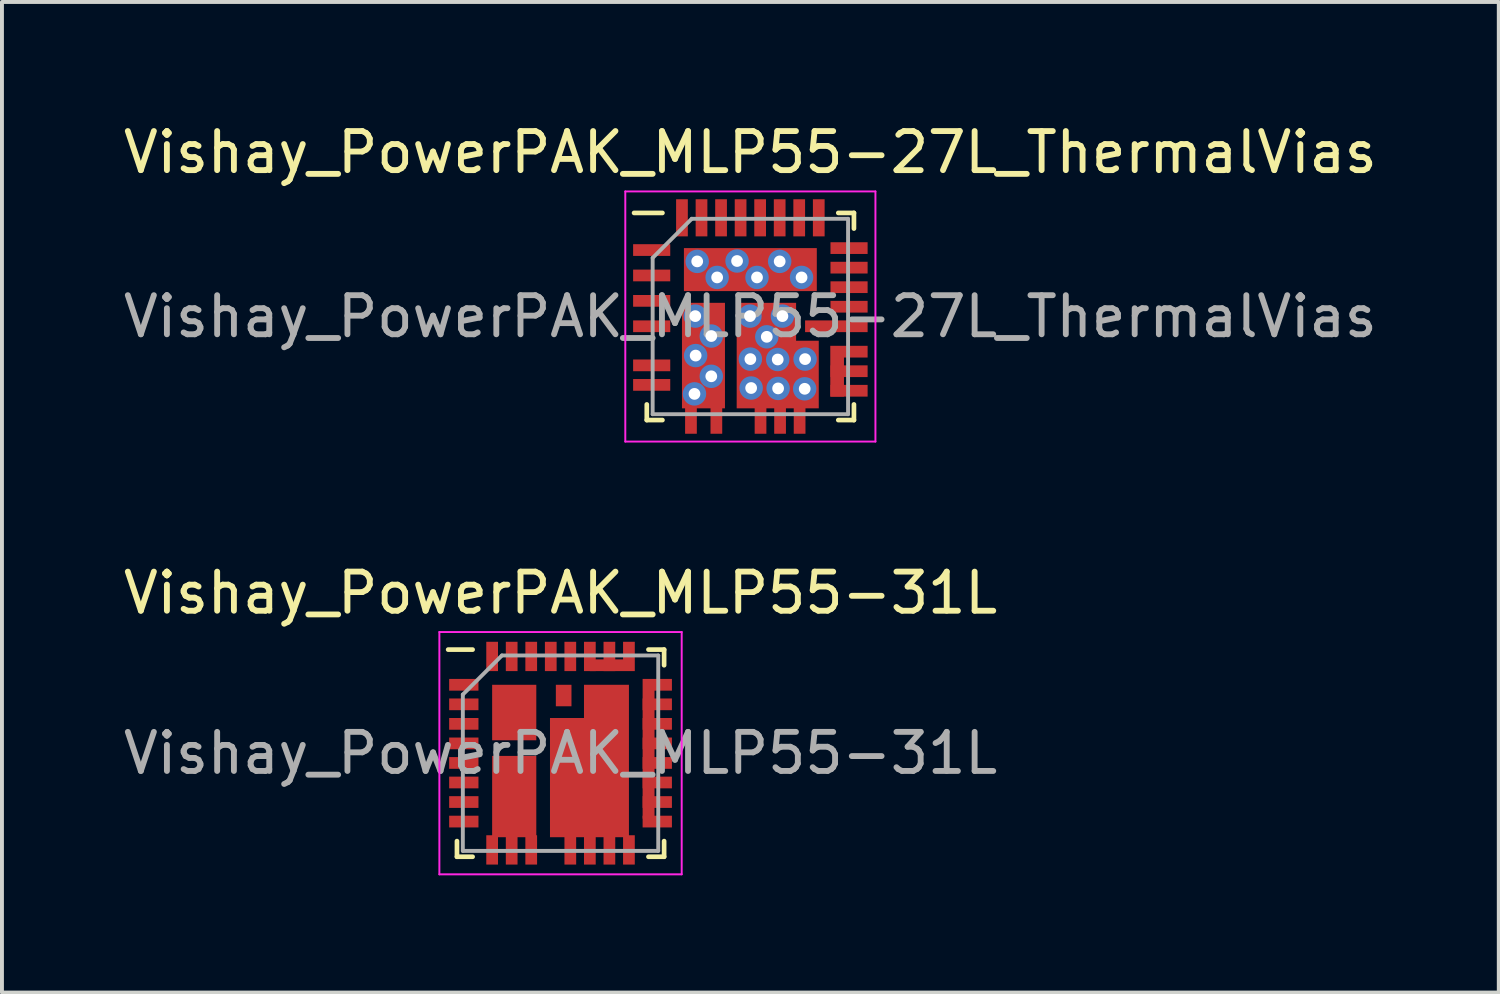
<source format=kicad_pcb>
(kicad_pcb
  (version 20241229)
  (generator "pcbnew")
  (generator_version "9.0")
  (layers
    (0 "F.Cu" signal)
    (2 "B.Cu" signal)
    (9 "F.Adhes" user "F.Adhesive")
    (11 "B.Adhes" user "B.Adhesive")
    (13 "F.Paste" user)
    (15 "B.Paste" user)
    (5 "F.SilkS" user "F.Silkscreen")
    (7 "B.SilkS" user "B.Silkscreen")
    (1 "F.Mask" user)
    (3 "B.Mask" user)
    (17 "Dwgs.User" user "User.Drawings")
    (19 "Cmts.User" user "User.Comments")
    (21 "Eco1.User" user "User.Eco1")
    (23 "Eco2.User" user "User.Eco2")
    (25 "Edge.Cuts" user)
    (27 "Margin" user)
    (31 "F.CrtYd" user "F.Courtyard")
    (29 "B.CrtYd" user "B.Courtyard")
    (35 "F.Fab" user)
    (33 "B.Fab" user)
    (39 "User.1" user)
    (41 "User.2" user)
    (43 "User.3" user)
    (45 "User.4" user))
  (footprint "Vishay_PowerPAK_MLP55-31L"
    (layer "F.Cu")
    (at 11.292 16.221)
    (property "Reference" "Vishay_PowerPAK_MLP55-31L" (at 0 -4.1 0) (layer "F.SilkS") (effects (font (size 1 1) (thickness 0.15))))
    (attr smd)
    (fp_line (start -2.65 2.65) (end -2.65 2.25) (stroke (width 0.12) (type solid)) (layer "F.SilkS"))
    (fp_line (start -2.25 -2.65) (end -2.875 -2.65) (stroke (width 0.12) (type solid)) (layer "F.SilkS"))
    (fp_line (start -2.25 2.65) (end -2.65 2.65) (stroke (width 0.12) (type solid)) (layer "F.SilkS"))
    (fp_line (start 2.25 -2.65) (end 2.65 -2.65) (stroke (width 0.12) (type solid)) (layer "F.SilkS"))
    (fp_line (start 2.25 2.65) (end 2.65 2.65) (stroke (width 0.12) (type solid)) (layer "F.SilkS"))
    (fp_line (start 2.65 -2.65) (end 2.65 -2.25) (stroke (width 0.12) (type solid)) (layer "F.SilkS"))
    (fp_line (start 2.65 2.65) (end 2.65 2.25) (stroke (width 0.12) (type solid)) (layer "F.SilkS"))
    (fp_line (start -3.1 -3.1) (end 3.1 -3.1) (stroke (width 0.05) (type solid)) (layer "F.CrtYd"))
    (fp_line (start -3.1 3.1) (end -3.1 -3.1) (stroke (width 0.05) (type solid)) (layer "F.CrtYd"))
    (fp_line (start 3.1 -3.1) (end 3.1 3.1) (stroke (width 0.05) (type solid)) (layer "F.CrtYd"))
    (fp_line (start 3.1 3.1) (end -3.1 3.1) (stroke (width 0.05) (type solid)) (layer "F.CrtYd"))
    (fp_line (start -2.5 -1.5) (end -2.5 2.5) (stroke (width 0.1) (type solid)) (layer "F.Fab"))
    (fp_line (start -2.5 2.5) (end 2.5 2.5) (stroke (width 0.1) (type solid)) (layer "F.Fab"))
    (fp_line (start -1.5 -2.5) (end -2.5 -1.5) (stroke (width 0.1) (type solid)) (layer "F.Fab"))
    (fp_line (start 2.5 -2.5) (end -1.5 -2.5) (stroke (width 0.1) (type solid)) (layer "F.Fab"))
    (fp_line (start 2.5 2.5) (end 2.5 -2.5) (stroke (width 0.1) (type solid)) (layer "F.Fab"))
    (fp_text user "${REFERENCE}" (at 0 0 0) (layer "F.Fab") (effects (font (size 1 1) (thickness 0.15))))
    (pad "1" smd rect (at -2.475 -1.75 90) (size 0.3 0.75) (layers "F.Cu" "F.Mask" "F.Paste"))
    (pad "2" smd rect (at -2.475 -1.25 90) (size 0.3 0.75) (layers "F.Cu" "F.Mask" "F.Paste"))
    (pad "3" smd rect (at -2.475 -0.75 90) (size 0.3 0.75) (layers "F.Cu" "F.Mask" "F.Paste"))
    (pad "4" smd rect (at -2.475 -0.25 90) (size 0.3 0.75) (layers "F.Cu" "F.Mask" "F.Paste"))
    (pad "5" smd rect (at -2.475 0.25 90) (size 0.3 0.75) (layers "F.Cu" "F.Mask" "F.Paste"))
    (pad "6" smd rect (at -2.475 0.75 90) (size 0.3 0.75) (layers "F.Cu" "F.Mask" "F.Paste"))
    (pad "7" smd rect (at -2.475 1.25 90) (size 0.3 0.75) (layers "F.Cu" "F.Mask" "F.Paste"))
    (pad "8" smd rect (at -2.475 1.75 90) (size 0.3 0.75) (layers "F.Cu" "F.Mask" "F.Paste"))
    (pad "9" smd rect (at -1.75 2.475) (size 0.3 0.75) (layers "F.Cu" "F.Mask" "F.Paste"))
    (pad "10" smd rect (at -1.25 2.475) (size 0.3 0.75) (layers "F.Cu" "F.Mask" "F.Paste"))
    (pad "11" smd rect (at -0.75 2.475) (size 0.3 0.75) (layers "F.Cu" "F.Mask" "F.Paste"))
    (pad "12" smd rect (at 0.25 2.475) (size 0.3 0.75) (layers "F.Cu" "F.Mask" "F.Paste"))
    (pad "13" smd rect (at 0.75 2.475) (size 0.3 0.75) (layers "F.Cu" "F.Mask" "F.Paste"))
    (pad "14" smd rect (at 1.25 2.475) (size 0.3 0.75) (layers "F.Cu" "F.Mask" "F.Paste"))
    (pad "15" smd rect (at 1.75 2.475) (size 0.3 0.75) (layers "F.Cu" "F.Mask" "F.Paste"))
    (pad "16" smd rect (at 2.475 1.75 90) (size 0.3 0.75) (layers "F.Cu" "F.Mask" "F.Paste"))
    (pad "17" smd rect (at 2.475 1.25 90) (size 0.3 0.75) (layers "F.Cu" "F.Mask" "F.Paste"))
    (pad "18" smd rect (at 2.475 0.75 90) (size 0.3 0.75) (layers "F.Cu" "F.Mask" "F.Paste"))
    (pad "19" smd rect (at 2.475 0.25 90) (size 0.3 0.75) (layers "F.Cu" "F.Mask" "F.Paste"))
    (pad "20" smd rect (at 2.475 -0.25 90) (size 0.3 0.75) (layers "F.Cu" "F.Mask" "F.Paste"))
    (pad "21" smd rect (at 2.475 -0.75 90) (size 0.3 0.75) (layers "F.Cu" "F.Mask" "F.Paste"))
    (pad "22" smd rect (at 2.475 -1.25 90) (size 0.3 0.75) (layers "F.Cu" "F.Mask" "F.Paste"))
    (pad "23" smd custom (at 2.475 -1.75 90) (size 0.3 0.75) (layers "F.Cu" "F.Mask" "F.Paste") (options (anchor rect)) (primitives (gr_poly (pts (xy 0 -0.375) (xy -3.425 -0.375) (xy -3.425 -0.07) (xy 0 -0.07)) (width 0) (fill yes))))
    (pad "24" smd custom (at 1.75 -2.475) (size 0.3 0.75) (layers "F.Cu" "F.Mask" "F.Paste") (options (anchor rect)) (primitives (gr_poly (pts (xy 0 0.075) (xy -1 0.075) (xy -1 0.375) (xy 0 0.375)) (width 0) (fill yes))))
    (pad "25" smd rect (at 1.25 -2.475) (size 0.3 0.75) (layers "F.Cu" "F.Mask" "F.Paste"))
    (pad "26" smd rect (at 0.75 -2.475) (size 0.3 0.75) (layers "F.Cu" "F.Mask" "F.Paste"))
    (pad "27" smd rect (at 0.25 -2.475) (size 0.3 0.75) (layers "F.Cu" "F.Mask" "F.Paste"))
    (pad "28" smd rect (at -0.25 -2.475) (size 0.3 0.75) (layers "F.Cu" "F.Mask" "F.Paste"))
    (pad "29" smd rect (at -0.75 -2.475) (size 0.3 0.75) (layers "F.Cu" "F.Mask" "F.Paste"))
    (pad "30" smd rect (at -1.25 -2.475) (size 0.3 0.75) (layers "F.Cu" "F.Mask" "F.Paste"))
    (pad "31" smd rect (at -1.75 -2.475) (size 0.3 0.75) (layers "F.Cu" "F.Mask" "F.Paste"))
    (pad "32" smd rect (at -1.185 -1.04) (size 1.13 1.42) (layers "F.Cu" "F.Mask" "F.Paste"))
    (pad "33" smd rect (at -1.185 1.11) (size 1.13 2.08) (layers "F.Cu" "F.Mask" "F.Paste"))
    (pad "33" smd rect (at 0.08 -1.475) (size 0.4 0.55) (layers "F.Cu" "F.Mask" "F.Paste"))
    (pad "35" smd custom (at 0.73 0.25) (size 1 1) (layers "F.Cu" "F.Mask" "F.Paste") (options (anchor rect)) (primitives (gr_poly (pts (xy -0.13 -2) (xy 1.02 -2) (xy 1.02 1.9) (xy -1 1.9) (xy -1 -1.15) (xy -0.13 -1.15)) (width 0) (fill yes)))))
  (footprint "Vishay_PowerPAK_MLP55-27L_ThermalVias"
    (layer "F.Cu")
    (at 16.149 5.048)
    (property "Reference" "Vishay_PowerPAK_MLP55-27L_ThermalVias" (at 0 -4.2 0) (layer "F.SilkS") (effects (font (size 1 1) (thickness 0.15))))
    (attr smd)
    (fp_line (start -2.65 2.65) (end -2.65 2.25) (stroke (width 0.12) (type solid)) (layer "F.SilkS"))
    (fp_line (start -2.25 -2.65) (end -2.975 -2.65) (stroke (width 0.12) (type solid)) (layer "F.SilkS"))
    (fp_line (start -2.25 2.65) (end -2.65 2.65) (stroke (width 0.12) (type solid)) (layer "F.SilkS"))
    (fp_line (start 2.25 -2.65) (end 2.65 -2.65) (stroke (width 0.12) (type solid)) (layer "F.SilkS"))
    (fp_line (start 2.25 2.65) (end 2.65 2.65) (stroke (width 0.12) (type solid)) (layer "F.SilkS"))
    (fp_line (start 2.65 -2.65) (end 2.65 -2.25) (stroke (width 0.12) (type solid)) (layer "F.SilkS"))
    (fp_line (start 2.65 2.65) (end 2.65 2.25) (stroke (width 0.12) (type solid)) (layer "F.SilkS"))
    (fp_line (start -3.2 -3.2) (end 3.2 -3.2) (stroke (width 0.05) (type solid)) (layer "F.CrtYd"))
    (fp_line (start -3.2 3.2) (end -3.2 -3.2) (stroke (width 0.05) (type solid)) (layer "F.CrtYd"))
    (fp_line (start 3.2 -3.2) (end 3.2 3.2) (stroke (width 0.05) (type solid)) (layer "F.CrtYd"))
    (fp_line (start 3.2 3.2) (end -3.2 3.2) (stroke (width 0.05) (type solid)) (layer "F.CrtYd"))
    (fp_line (start -2.5 -1.5) (end -2.5 2.5) (stroke (width 0.1) (type solid)) (layer "F.Fab"))
    (fp_line (start -2.5 2.5) (end 2.5 2.5) (stroke (width 0.1) (type solid)) (layer "F.Fab"))
    (fp_line (start -1.5 -2.5) (end -2.5 -1.5) (stroke (width 0.1) (type solid)) (layer "F.Fab"))
    (fp_line (start 2.5 -2.5) (end -1.5 -2.5) (stroke (width 0.1) (type solid)) (layer "F.Fab"))
    (fp_line (start 2.5 2.5) (end 2.5 -2.5) (stroke (width 0.1) (type solid)) (layer "F.Fab"))
    (fp_text user "${REFERENCE}" (at 0 0 0) (layer "F.Fab") (effects (font (size 1 1) (thickness 0.15))))
    (pad "1" smd rect (at -2.525 -1.7 90) (size 0.3 0.95) (layers "F.Cu" "F.Mask" "F.Paste"))
    (pad "2" smd rect (at -2.525 -1.05 90) (size 0.3 0.95) (layers "F.Cu" "F.Mask" "F.Paste"))
    (pad "3" smd rect (at -2.525 -0.4 90) (size 0.3 0.95) (layers "F.Cu" "F.Mask" "F.Paste"))
    (pad "4" smd rect (at -2.525 0.25 90) (size 0.3 0.95) (layers "F.Cu" "F.Mask" "F.Paste"))
    (pad "5" smd rect (at -2.525 1.25 90) (size 0.3 0.95) (layers "F.Cu" "F.Mask" "F.Paste"))
    (pad "6" smd rect (at -2.525 1.75 90) (size 0.3 0.95) (layers "F.Cu" "F.Mask" "F.Paste"))
    (pad "7" smd rect (at -1.52 2.525) (size 0.3 0.95) (layers "F.Cu" "F.Mask" "F.Paste"))
    (pad "8" smd rect (at -0.87 2.525) (size 0.3 0.95) (layers "F.Cu" "F.Mask" "F.Paste"))
    (pad "9" smd rect (at 0.26 2.525) (size 0.3 0.95) (layers "F.Cu" "F.Mask" "F.Paste"))
    (pad "10" smd rect (at 0.76 2.525) (size 0.3 0.95) (layers "F.Cu" "F.Mask" "F.Paste"))
    (pad "11" smd rect (at 1.26 2.525) (size 0.3 0.95) (layers "F.Cu" "F.Mask" "F.Paste"))
    (pad "12" smd rect (at 2.525 1.9 90) (size 0.3 0.95) (layers "F.Cu" "F.Mask" "F.Paste"))
    (pad "13" smd rect (at 2.525 1.4 90) (size 0.3 0.95) (layers "F.Cu" "F.Mask" "F.Paste"))
    (pad "14" smd custom (at 2.525 0.9 90) (size 0.3 0.95) (layers "F.Cu" "F.Mask" "F.Paste") (options (anchor rect)) (primitives (gr_poly (pts (xy 0.15 -0.48) (xy 0.15 -0.13) (xy -1.15 -0.13) (xy -1.15 -0.48)) (width 0) (fill yes))))
    (pad "15" smd rect (at 2.2 0.25 90) (size 0.3 1.6) (layers "F.Cu" "F.Mask" "F.Paste"))
    (pad "16" smd rect (at 2.525 -0.25 90) (size 0.3 0.95) (layers "F.Cu" "F.Mask" "F.Paste"))
    (pad "17" smd rect (at 2.525 -0.75 90) (size 0.3 0.95) (layers "F.Cu" "F.Mask" "F.Paste"))
    (pad "18" smd rect (at 2.525 -1.25 90) (size 0.3 0.95) (layers "F.Cu" "F.Mask" "F.Paste"))
    (pad "19" smd rect (at 2.525 -1.75 90) (size 0.3 0.95) (layers "F.Cu" "F.Mask" "F.Paste"))
    (pad "20" smd rect (at 1.75 -2.525) (size 0.3 0.95) (layers "F.Cu" "F.Mask" "F.Paste"))
    (pad "21" smd rect (at 1.25 -2.525) (size 0.3 0.95) (layers "F.Cu" "F.Mask" "F.Paste"))
    (pad "22" smd rect (at 0.75 -2.525) (size 0.3 0.95) (layers "F.Cu" "F.Mask" "F.Paste"))
    (pad "23" smd rect (at 0.25 -2.525) (size 0.3 0.95) (layers "F.Cu" "F.Mask" "F.Paste"))
    (pad "24" smd rect (at -0.25 -2.525) (size 0.3 0.95) (layers "F.Cu" "F.Mask" "F.Paste"))
    (pad "25" smd rect (at -0.75 -2.525) (size 0.3 0.95) (layers "F.Cu" "F.Mask" "F.Paste"))
    (pad "26" smd rect (at -1.25 -2.525) (size 0.3 0.95) (layers "F.Cu" "F.Mask" "F.Paste"))
    (pad "27" smd rect (at -1.75 -2.525) (size 0.3 0.95) (layers "F.Cu" "F.Mask" "F.Paste"))
    (pad "28" thru_hole circle (at -1.36 -1.41) (size 0.6 0.6) (drill 0.3) (layers "*.Cu" "*.Mask"))
    (pad "28" thru_hole circle (at -0.85 -1) (size 0.6 0.6) (drill 0.3) (layers "*.Cu" "*.Mask"))
    (pad "28" thru_hole circle (at -0.34 -1.42) (size 0.6 0.6) (drill 0.3) (layers "*.Cu" "*.Mask"))
    (pad "28" smd rect (at 0 -1.2 180) (size 3.4 1.1) (layers "F.Cu" "F.Mask" "F.Paste"))
    (pad "28" thru_hole circle (at 0.17 -1) (size 0.6 0.6) (drill 0.3) (layers "*.Cu" "*.Mask"))
    (pad "28" thru_hole circle (at 0.75 -1.41) (size 0.6 0.6) (drill 0.3) (layers "*.Cu" "*.Mask"))
    (pad "28" thru_hole circle (at 1.31 -1) (size 0.6 0.6) (drill 0.3) (layers "*.Cu" "*.Mask"))
    (pad "29" thru_hole circle (at -1.43 1.98) (size 0.6 0.6) (drill 0.3) (layers "*.Cu" "*.Mask"))
    (pad "29" thru_hole circle (at -1.41 -0.01) (size 0.6 0.6) (drill 0.3) (layers "*.Cu" "*.Mask"))
    (pad "29" thru_hole circle (at -1.4 1) (size 0.6 0.6) (drill 0.3) (layers "*.Cu" "*.Mask"))
    (pad "29" smd rect (at -1.2 1 180) (size 1.1 2.7) (layers "F.Cu" "F.Mask" "F.Paste"))
    (pad "29" thru_hole circle (at -1 0.5) (size 0.6 0.6) (drill 0.3) (layers "*.Cu" "*.Mask"))
    (pad "29" thru_hole circle (at -1 1.53) (size 0.6 0.6) (drill 0.3) (layers "*.Cu" "*.Mask"))
    (pad "30" smd custom (at -0.05 -0.05) (size 0.6 0.6) (layers "F.Cu" "F.Mask" "F.Paste") (options (anchor rect)) (primitives (gr_poly (pts (xy -0.3 -0.3) (xy 1.22 -0.3) (xy 1.22 0.67) (xy 1.8 0.67) (xy 1.8 2.4) (xy -0.3 2.4)) (width 0) (fill yes))))
    (pad "30" thru_hole circle (at -0.01 -0.01) (size 0.6 0.6) (drill 0.3) (layers "*.Cu" "*.Mask"))
    (pad "30" thru_hole circle (at 0 1.09) (size 0.6 0.6) (drill 0.3) (layers "*.Cu" "*.Mask"))
    (pad "30" thru_hole circle (at 0.02 1.83) (size 0.6 0.6) (drill 0.3) (layers "*.Cu" "*.Mask"))
    (pad "30" thru_hole circle (at 0.42 0.52) (size 0.6 0.6) (drill 0.3) (layers "*.Cu" "*.Mask"))
    (pad "30" thru_hole circle (at 0.7 1.1) (size 0.6 0.6) (drill 0.3) (layers "*.Cu" "*.Mask"))
    (pad "30" thru_hole circle (at 0.71 1.84) (size 0.6 0.6) (drill 0.3) (layers "*.Cu" "*.Mask"))
    (pad "30" thru_hole circle (at 0.82 -0.01) (size 0.6 0.6) (drill 0.3) (layers "*.Cu" "*.Mask"))
    (pad "30" thru_hole circle (at 1.39 1.85) (size 0.6 0.6) (drill 0.3) (layers "*.Cu" "*.Mask"))
    (pad "30" thru_hole circle (at 1.4 1.09) (size 0.6 0.6) (drill 0.3) (layers "*.Cu" "*.Mask")))
  (gr_rect
    (start -3 -3)
    (end 35.298 22.346)
    (stroke (width 0.1) (type default))
    (fill no)
    (layer "Edge.Cuts")))
</source>
